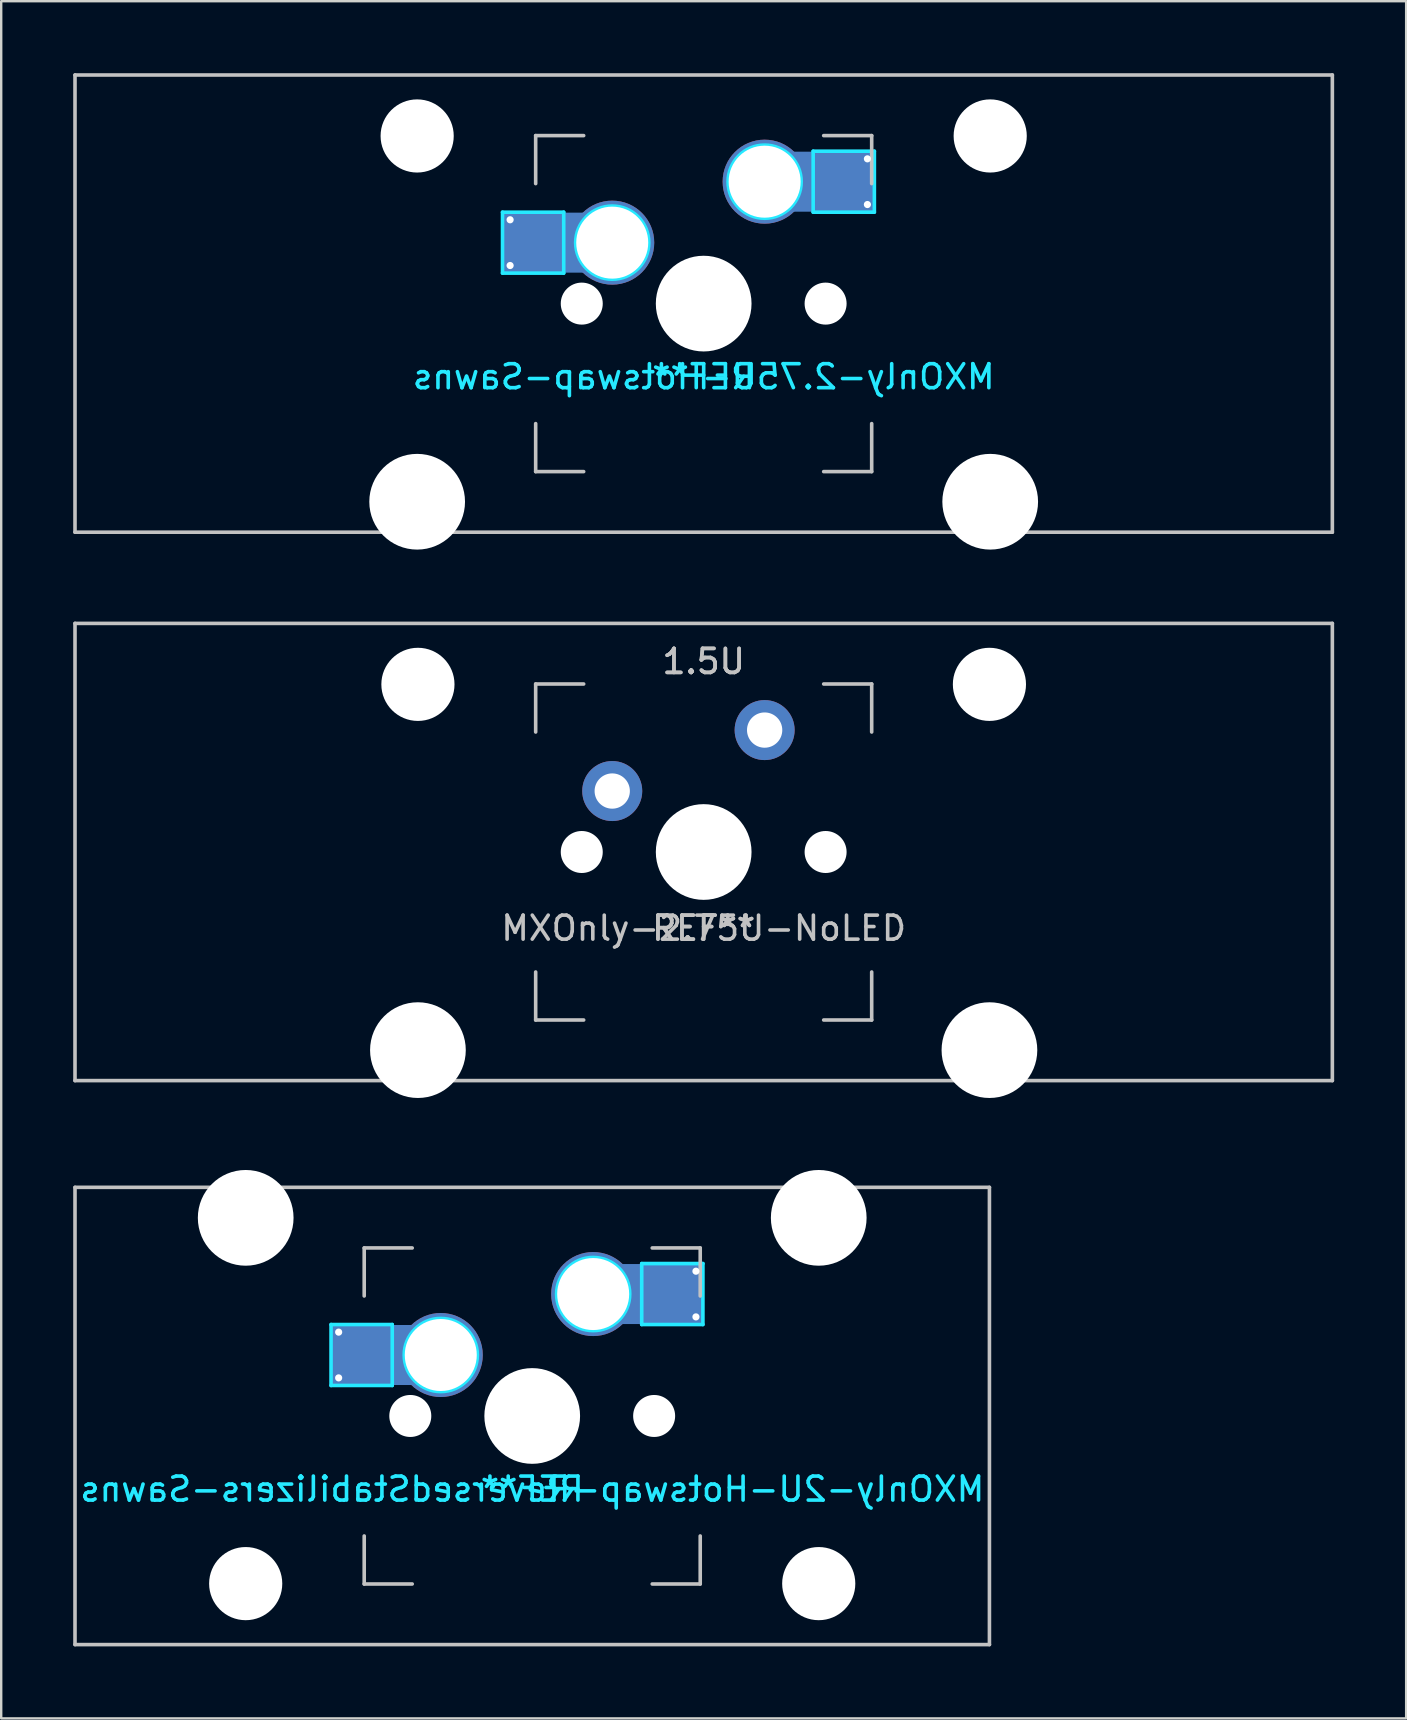
<source format=kicad_pcb>
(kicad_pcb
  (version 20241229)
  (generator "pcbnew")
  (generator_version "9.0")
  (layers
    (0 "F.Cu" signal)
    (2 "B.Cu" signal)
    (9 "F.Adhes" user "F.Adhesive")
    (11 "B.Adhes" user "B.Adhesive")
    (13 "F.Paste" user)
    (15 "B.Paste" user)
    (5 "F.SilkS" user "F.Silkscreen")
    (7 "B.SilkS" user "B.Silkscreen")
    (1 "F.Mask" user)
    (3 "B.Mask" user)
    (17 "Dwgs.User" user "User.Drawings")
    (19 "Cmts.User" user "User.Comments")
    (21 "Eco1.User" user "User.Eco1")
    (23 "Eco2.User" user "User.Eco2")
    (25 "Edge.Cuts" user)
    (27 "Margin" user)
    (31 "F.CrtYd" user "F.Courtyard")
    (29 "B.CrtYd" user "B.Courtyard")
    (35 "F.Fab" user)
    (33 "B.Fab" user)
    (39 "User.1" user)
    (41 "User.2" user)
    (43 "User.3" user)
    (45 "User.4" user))
  (footprint "MXOnly-2.75U-NoLED"
    (layer "F.Cu")
    (at 26.269 32.449)
    (property "Reference" "MXOnly-2.75U-NoLED" (at 0 3.175 0) (layer "Dwgs.User") (effects (font (size 1 1) (thickness 0.15))))
    (attr through_hole)
    (fp_line (start -26.194 -9.525) (end 26.194 -9.525) (stroke (width 0.15) (type solid)) (layer "Dwgs.User"))
    (fp_line (start -26.194 9.525) (end -26.194 -9.525) (stroke (width 0.15) (type solid)) (layer "Dwgs.User"))
    (fp_line (start -26.194 9.525) (end 26.194 9.525) (stroke (width 0.15) (type solid)) (layer "Dwgs.User"))
    (fp_line (start -7 -7) (end -7 -5) (stroke (width 0.15) (type solid)) (layer "Dwgs.User"))
    (fp_line (start -7 5) (end -7 7) (stroke (width 0.15) (type solid)) (layer "Dwgs.User"))
    (fp_line (start -7 7) (end -5 7) (stroke (width 0.15) (type solid)) (layer "Dwgs.User"))
    (fp_line (start -5 -7) (end -7 -7) (stroke (width 0.15) (type solid)) (layer "Dwgs.User"))
    (fp_line (start 5 -7) (end 7 -7) (stroke (width 0.15) (type solid)) (layer "Dwgs.User"))
    (fp_line (start 5 7) (end 7 7) (stroke (width 0.15) (type solid)) (layer "Dwgs.User"))
    (fp_line (start 7 -7) (end 7 -5) (stroke (width 0.15) (type solid)) (layer "Dwgs.User"))
    (fp_line (start 7 7) (end 7 5) (stroke (width 0.15) (type solid)) (layer "Dwgs.User"))
    (fp_line (start 26.194 -9.525) (end 26.194 9.525) (stroke (width 0.15) (type solid)) (layer "Dwgs.User"))
    (fp_text user "1.5U" (at 0 -7.938 0) (layer "Dwgs.User") (effects (font (size 1 1) (thickness 0.15))))
    (fp_text user "REF**" (at 0 3.175 0) (layer "Dwgs.User") (effects (font (size 1 1) (thickness 0.15))))
    (fp_text user "REF**" (at 0 3.175 0) (layer "Dwgs.User") (effects (font (size 1 1) (thickness 0.15))))
    (fp_text user "1.5U" (at 0 -7.938 0) (layer "Dwgs.User") (effects (font (size 1 1) (thickness 0.15))))
    (pad "" np_thru_hole circle (at -11.906 -6.985) (size 3.048 3.048) (drill 3.048) (layers "*.Cu" "*.Mask"))
    (pad "" np_thru_hole circle (at -11.906 8.255) (size 3.988 3.988) (drill 3.988) (layers "*.Cu" "*.Mask"))
    (pad "" np_thru_hole circle (at -5.08 0 48.1) (size 1.75 1.75) (drill 1.75) (layers "*.Cu" "*.Mask"))
    (pad "" np_thru_hole circle (at 0 0) (size 3.988 3.988) (drill 3.988) (layers "*.Cu" "*.Mask"))
    (pad "" np_thru_hole circle (at 5.08 0 48.1) (size 1.75 1.75) (drill 1.75) (layers "*.Cu" "*.Mask"))
    (pad "" np_thru_hole circle (at 11.906 -6.985) (size 3.048 3.048) (drill 3.048) (layers "*.Cu" "*.Mask"))
    (pad "" np_thru_hole circle (at 11.906 8.255) (size 3.988 3.988) (drill 3.988) (layers "*.Cu" "*.Mask"))
    (pad "1" thru_hole circle (at -3.81 -2.54) (size 2.5 2.5) (drill 1.47) (layers "*.Cu" "B.Mask"))
    (pad "2" thru_hole circle (at 2.54 -5.08) (size 2.5 2.5) (drill 1.47) (layers "*.Cu" "B.Mask")))
  (footprint "MXOnly-2.75U-Hotswap-Sawns"
    (layer "F.Cu")
    (at 26.269 9.6)
    (property "Reference" "MXOnly-2.75U-Hotswap-Sawns" (at 0 3.048 0) (layer "B.CrtYd") (effects (font (size 1 1) (thickness 0.15)) (justify mirror)))
    (attr smd)
    (fp_line (start -26.194 -9.525) (end 26.194 -9.525) (stroke (width 0.15) (type solid)) (layer "Dwgs.User"))
    (fp_line (start -26.194 9.525) (end -26.194 -9.525) (stroke (width 0.15) (type solid)) (layer "Dwgs.User"))
    (fp_line (start -7 -7) (end -7 -5) (stroke (width 0.15) (type solid)) (layer "Dwgs.User"))
    (fp_line (start -7 5) (end -7 7) (stroke (width 0.15) (type solid)) (layer "Dwgs.User"))
    (fp_line (start -7 7) (end -5 7) (stroke (width 0.15) (type solid)) (layer "Dwgs.User"))
    (fp_line (start -5 -7) (end -7 -7) (stroke (width 0.15) (type solid)) (layer "Dwgs.User"))
    (fp_line (start 5 -7) (end 7 -7) (stroke (width 0.15) (type solid)) (layer "Dwgs.User"))
    (fp_line (start 5 7) (end 7 7) (stroke (width 0.15) (type solid)) (layer "Dwgs.User"))
    (fp_line (start 7 -7) (end 7 -5) (stroke (width 0.15) (type solid)) (layer "Dwgs.User"))
    (fp_line (start 7 7) (end 7 5) (stroke (width 0.15) (type solid)) (layer "Dwgs.User"))
    (fp_line (start 26.194 -9.525) (end 26.194 9.525) (stroke (width 0.15) (type solid)) (layer "Dwgs.User"))
    (fp_line (start 26.194 9.525) (end -26.194 9.525) (stroke (width 0.15) (type solid)) (layer "Dwgs.User"))
    (fp_line (start -8.382 -3.81) (end -8.382 -1.27) (stroke (width 0.15) (type solid)) (layer "B.CrtYd"))
    (fp_line (start -8.382 -3.81) (end -5.832 -3.81) (stroke (width 0.15) (type solid)) (layer "B.CrtYd"))
    (fp_line (start -8.382 -1.27) (end -5.832 -1.27) (stroke (width 0.15) (type solid)) (layer "B.CrtYd"))
    (fp_line (start -5.832 -3.81) (end -5.832 -1.27) (stroke (width 0.15) (type solid)) (layer "B.CrtYd"))
    (fp_line (start 4.562 -6.35) (end 4.562 -3.81) (stroke (width 0.15) (type solid)) (layer "B.CrtYd"))
    (fp_line (start 4.562 -6.35) (end 7.112 -6.35) (stroke (width 0.15) (type solid)) (layer "B.CrtYd"))
    (fp_line (start 7.112 -6.35) (end 7.112 -3.81) (stroke (width 0.15) (type solid)) (layer "B.CrtYd"))
    (fp_line (start 7.112 -3.81) (end 4.562 -3.81) (stroke (width 0.15) (type solid)) (layer "B.CrtYd"))
    (fp_circle (center -3.81 -2.54) (end -3.81 -4.064) (stroke (width 0.15) (type solid)) (fill no) (layer "B.CrtYd"))
    (fp_circle (center 2.54 -5.08) (end 2.54 -6.604) (stroke (width 0.15) (type solid)) (fill no) (layer "B.CrtYd"))
    (fp_text user "REF**" (at 0 3.048 0) (layer "B.CrtYd") (effects (font (size 1 1) (thickness 0.15)) (justify mirror)))
    (pad "" np_thru_hole circle (at -11.938 -6.985) (size 3.048 3.048) (drill 3.048) (layers "*.Cu" "*.Mask"))
    (pad "" np_thru_hole circle (at -11.938 8.255) (size 3.988 3.988) (drill 3.988) (layers "*.Cu" "*.Mask"))
    (pad "" smd rect (at -7.085 -2.54) (size 2.55 2.5) (layers "B.Mask" "B.Paste"))
    (pad "" np_thru_hole circle (at -5.08 0 48.1) (size 1.75 1.75) (drill 1.75) (layers "*.Cu" "*.Mask"))
    (pad "" np_thru_hole circle (at 0 0) (size 3.988 3.988) (drill 3.988) (layers "*.Cu" "*.Mask"))
    (pad "" np_thru_hole circle (at 5.08 0 48.1) (size 1.75 1.75) (drill 1.75) (layers "*.Cu" "*.Mask"))
    (pad "" smd rect (at 5.842 -5.08) (size 2.55 2.5) (layers "B.Mask" "B.Paste"))
    (pad "" np_thru_hole circle (at 11.938 -6.985) (size 3.048 3.048) (drill 3.048) (layers "*.Cu" "*.Mask"))
    (pad "" np_thru_hole circle (at 11.938 8.255) (size 3.988 3.988) (drill 3.988) (layers "*.Cu" "*.Mask"))
    (pad "1" thru_hole circle (at -8.065 -3.493) (size 0.5 0.5) (drill 0.3) (layers "*.Cu" "*.Mask"))
    (pad "1" thru_hole circle (at -8.065 -1.587) (size 0.5 0.5) (drill 0.3) (layers "*.Cu" "*.Mask"))
    (pad "1" smd rect (at -6.45 -2.54) (size 3.82 2.5) (layers "B.Cu"))
    (pad "1" thru_hole circle (at -3.81 -2.54) (size 3.5 3.5) (drill 3) (layers "*.Cu" "*.Mask"))
    (pad "2" thru_hole circle (at 2.54 -5.08) (size 3.5 3.5) (drill 3) (layers "*.Cu" "*.Mask"))
    (pad "2" smd rect (at 5.207 -5.08) (size 3.82 2.5) (layers "B.Cu"))
    (pad "2" thru_hole circle (at 6.822 -6.032) (size 0.5 0.5) (drill 0.3) (layers "*.Cu" "*.Mask"))
    (pad "2" thru_hole circle (at 6.822 -4.128) (size 0.5 0.5) (drill 0.3) (layers "*.Cu" "*.Mask")))
  (footprint "MXOnly-2U-Hotswap-ReversedStabilizers-Sawns"
    (layer "F.Cu")
    (at 19.125 55.947)
    (property "Reference" "MXOnly-2U-Hotswap-ReversedStabilizers-Sawns" (at 0 3.048 0) (layer "B.CrtYd") (effects (font (size 1 1) (thickness 0.15)) (justify mirror)))
    (attr smd)
    (fp_line (start -19.05 -9.525) (end 19.05 -9.525) (stroke (width 0.15) (type solid)) (layer "Dwgs.User"))
    (fp_line (start -19.05 9.525) (end -19.05 -9.525) (stroke (width 0.15) (type solid)) (layer "Dwgs.User"))
    (fp_line (start -7 -7) (end -7 -5) (stroke (width 0.15) (type solid)) (layer "Dwgs.User"))
    (fp_line (start -7 5) (end -7 7) (stroke (width 0.15) (type solid)) (layer "Dwgs.User"))
    (fp_line (start -7 7) (end -5 7) (stroke (width 0.15) (type solid)) (layer "Dwgs.User"))
    (fp_line (start -5 -7) (end -7 -7) (stroke (width 0.15) (type solid)) (layer "Dwgs.User"))
    (fp_line (start 5 -7) (end 7 -7) (stroke (width 0.15) (type solid)) (layer "Dwgs.User"))
    (fp_line (start 5 7) (end 7 7) (stroke (width 0.15) (type solid)) (layer "Dwgs.User"))
    (fp_line (start 7 -7) (end 7 -5) (stroke (width 0.15) (type solid)) (layer "Dwgs.User"))
    (fp_line (start 7 7) (end 7 5) (stroke (width 0.15) (type solid)) (layer "Dwgs.User"))
    (fp_line (start 19.05 -9.525) (end 19.05 9.525) (stroke (width 0.15) (type solid)) (layer "Dwgs.User"))
    (fp_line (start 19.05 9.525) (end -19.05 9.525) (stroke (width 0.15) (type solid)) (layer "Dwgs.User"))
    (fp_line (start -8.382 -3.81) (end -8.382 -1.27) (stroke (width 0.15) (type solid)) (layer "B.CrtYd"))
    (fp_line (start -8.382 -3.81) (end -5.832 -3.81) (stroke (width 0.15) (type solid)) (layer "B.CrtYd"))
    (fp_line (start -8.382 -1.27) (end -5.832 -1.27) (stroke (width 0.15) (type solid)) (layer "B.CrtYd"))
    (fp_line (start -5.832 -3.81) (end -5.832 -1.27) (stroke (width 0.15) (type solid)) (layer "B.CrtYd"))
    (fp_line (start 4.562 -6.35) (end 4.562 -3.81) (stroke (width 0.15) (type solid)) (layer "B.CrtYd"))
    (fp_line (start 4.562 -6.35) (end 7.112 -6.35) (stroke (width 0.15) (type solid)) (layer "B.CrtYd"))
    (fp_line (start 7.112 -6.35) (end 7.112 -3.81) (stroke (width 0.15) (type solid)) (layer "B.CrtYd"))
    (fp_line (start 7.112 -3.81) (end 4.562 -3.81) (stroke (width 0.15) (type solid)) (layer "B.CrtYd"))
    (fp_circle (center -3.81 -2.54) (end -3.81 -4.064) (stroke (width 0.15) (type solid)) (fill no) (layer "B.CrtYd"))
    (fp_circle (center 2.54 -5.08) (end 2.54 -6.604) (stroke (width 0.15) (type solid)) (fill no) (layer "B.CrtYd"))
    (fp_text user "REF**" (at 0 3.048 0) (layer "B.CrtYd") (effects (font (size 1 1) (thickness 0.15)) (justify mirror)))
    (pad "" np_thru_hole circle (at -11.938 -8.255) (size 3.988 3.988) (drill 3.988) (layers "*.Cu" "*.Mask"))
    (pad "" np_thru_hole circle (at -11.938 6.985) (size 3.048 3.048) (drill 3.048) (layers "*.Cu" "*.Mask"))
    (pad "" smd rect (at -7.085 -2.54) (size 2.55 2.5) (layers "B.Mask" "B.Paste"))
    (pad "" np_thru_hole circle (at -5.08 0 48.1) (size 1.75 1.75) (drill 1.75) (layers "*.Cu" "*.Mask"))
    (pad "" np_thru_hole circle (at 0 0) (size 3.988 3.988) (drill 3.988) (layers "*.Cu" "*.Mask"))
    (pad "" np_thru_hole circle (at 5.08 0 48.1) (size 1.75 1.75) (drill 1.75) (layers "*.Cu" "*.Mask"))
    (pad "" smd rect (at 5.842 -5.08) (size 2.55 2.5) (layers "B.Mask" "B.Paste"))
    (pad "" np_thru_hole circle (at 11.938 -8.255) (size 3.988 3.988) (drill 3.988) (layers "*.Cu" "*.Mask"))
    (pad "" np_thru_hole circle (at 11.938 6.985) (size 3.048 3.048) (drill 3.048) (layers "*.Cu" "*.Mask"))
    (pad "1" thru_hole circle (at -8.065 -3.493) (size 0.5 0.5) (drill 0.3) (layers "*.Cu" "*.Mask"))
    (pad "1" thru_hole circle (at -8.065 -1.587) (size 0.5 0.5) (drill 0.3) (layers "*.Cu" "*.Mask"))
    (pad "1" smd rect (at -6.45 -2.54) (size 3.82 2.5) (layers "B.Cu"))
    (pad "1" thru_hole circle (at -3.81 -2.54) (size 3.5 3.5) (drill 3) (layers "*.Cu" "*.Mask"))
    (pad "2" thru_hole circle (at 2.54 -5.08) (size 3.5 3.5) (drill 3) (layers "*.Cu" "*.Mask"))
    (pad "2" smd rect (at 5.207 -5.08) (size 3.82 2.5) (layers "B.Cu"))
    (pad "2" thru_hole circle (at 6.822 -6.032) (size 0.5 0.5) (drill 0.3) (layers "*.Cu" "*.Mask"))
    (pad "2" thru_hole circle (at 6.822 -4.128) (size 0.5 0.5) (drill 0.3) (layers "*.Cu" "*.Mask")))
  (gr_rect
    (start -3 -3)
    (end 55.538 68.547)
    (stroke (width 0.1) (type default))
    (fill no)
    (layer "Edge.Cuts")))
</source>
